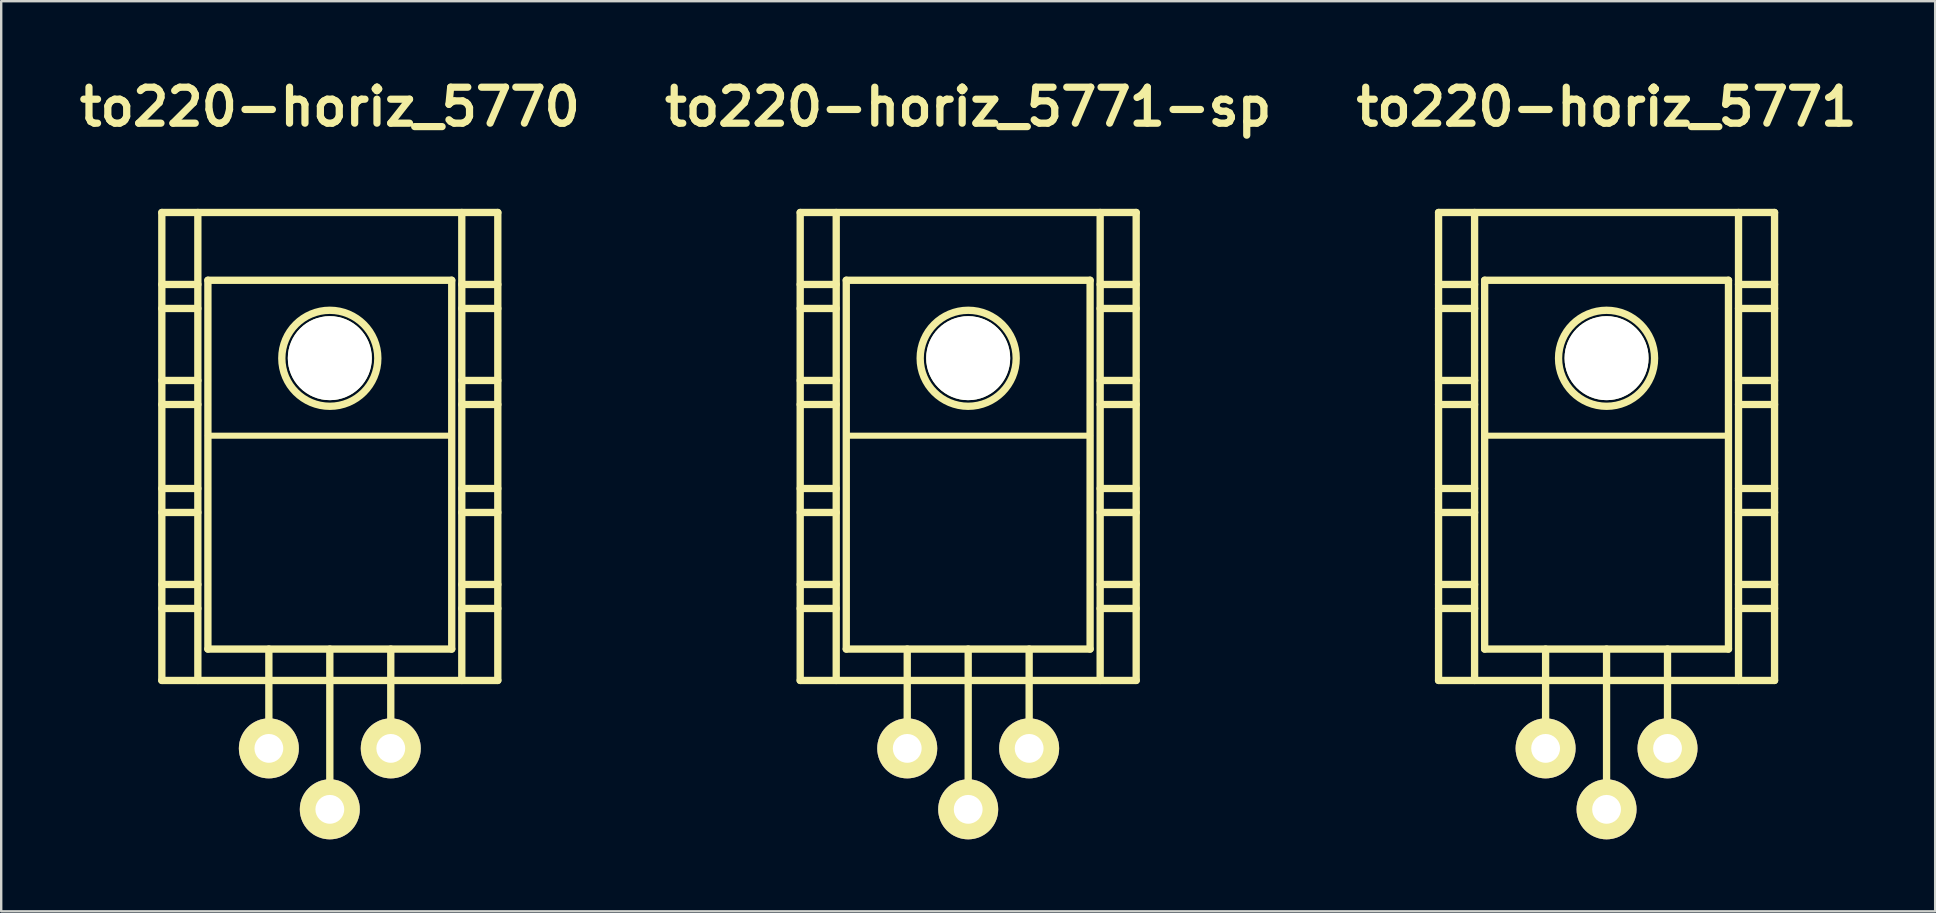
<source format=kicad_pcb>
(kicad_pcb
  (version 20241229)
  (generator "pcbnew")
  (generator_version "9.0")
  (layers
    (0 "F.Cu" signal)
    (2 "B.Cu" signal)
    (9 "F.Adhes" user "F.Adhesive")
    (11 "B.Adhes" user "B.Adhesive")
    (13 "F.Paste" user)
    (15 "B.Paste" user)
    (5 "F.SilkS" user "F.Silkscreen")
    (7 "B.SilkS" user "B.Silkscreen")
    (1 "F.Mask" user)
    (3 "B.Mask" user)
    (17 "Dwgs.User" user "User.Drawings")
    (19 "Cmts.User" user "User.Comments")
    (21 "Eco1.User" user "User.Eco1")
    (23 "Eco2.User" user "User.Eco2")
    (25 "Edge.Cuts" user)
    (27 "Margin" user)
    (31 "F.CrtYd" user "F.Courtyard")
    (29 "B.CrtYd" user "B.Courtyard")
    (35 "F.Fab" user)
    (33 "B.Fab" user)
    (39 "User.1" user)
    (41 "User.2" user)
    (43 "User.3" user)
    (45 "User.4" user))
  (footprint "to220-horiz_5770"
    (layer "F.Cu")
    (at 10.693 19.804)
    (property "Reference" "to220-horiz_5770" (at 0 -18.4 0) (layer "F.SilkS") (effects (font (size 1.5 1.5) (thickness 0.3))))
    (attr through_hole)
    (fp_line (start -7 -14) (end -7 5.499) (stroke (width 0.305) (type solid)) (layer "F.SilkS"))
    (fp_line (start -7 -11.001) (end -5.499 -11.001) (stroke (width 0.305) (type solid)) (layer "F.SilkS"))
    (fp_line (start -7 -10) (end -5.499 -10) (stroke (width 0.305) (type solid)) (layer "F.SilkS"))
    (fp_line (start -7 -7) (end -5.499 -7) (stroke (width 0.305) (type solid)) (layer "F.SilkS"))
    (fp_line (start -7 -5.999) (end -5.499 -5.999) (stroke (width 0.305) (type solid)) (layer "F.SilkS"))
    (fp_line (start -7 -2.499) (end -5.499 -2.499) (stroke (width 0.305) (type solid)) (layer "F.SilkS"))
    (fp_line (start -7 -1.501) (end -5.499 -1.501) (stroke (width 0.305) (type solid)) (layer "F.SilkS"))
    (fp_line (start -7 1.501) (end -5.499 1.501) (stroke (width 0.305) (type solid)) (layer "F.SilkS"))
    (fp_line (start -7 2.499) (end -5.499 2.499) (stroke (width 0.305) (type solid)) (layer "F.SilkS"))
    (fp_line (start -7 5.499) (end 7 5.499) (stroke (width 0.305) (type solid)) (layer "F.SilkS"))
    (fp_line (start -5.499 5.499) (end -5.499 -14) (stroke (width 0.305) (type solid)) (layer "F.SilkS"))
    (fp_line (start -5.08 -11.176) (end -5.08 4.191) (stroke (width 0.305) (type solid)) (layer "F.SilkS"))
    (fp_line (start -5.08 4.191) (end 5.08 4.191) (stroke (width 0.305) (type solid)) (layer "F.SilkS"))
    (fp_line (start -2.54 8.382) (end -2.54 4.191) (stroke (width 0.305) (type solid)) (layer "F.SilkS"))
    (fp_line (start 0 4.191) (end 0 10.922) (stroke (width 0.305) (type solid)) (layer "F.SilkS"))
    (fp_line (start 2.54 8.382) (end 2.54 4.191) (stroke (width 0.305) (type solid)) (layer "F.SilkS"))
    (fp_line (start 5.08 -11.176) (end -5.08 -11.176) (stroke (width 0.305) (type solid)) (layer "F.SilkS"))
    (fp_line (start 5.08 -4.699) (end -5.08 -4.699) (stroke (width 0.254) (type solid)) (layer "F.SilkS"))
    (fp_line (start 5.08 4.191) (end 5.08 -11.176) (stroke (width 0.305) (type solid)) (layer "F.SilkS"))
    (fp_line (start 5.499 -14) (end 5.499 5.499) (stroke (width 0.305) (type solid)) (layer "F.SilkS"))
    (fp_line (start 5.499 -11.001) (end 7 -11.001) (stroke (width 0.305) (type solid)) (layer "F.SilkS"))
    (fp_line (start 5.499 -10) (end 7 -10) (stroke (width 0.305) (type solid)) (layer "F.SilkS"))
    (fp_line (start 5.499 -7) (end 7 -7) (stroke (width 0.305) (type solid)) (layer "F.SilkS"))
    (fp_line (start 5.499 -5.999) (end 7 -5.999) (stroke (width 0.305) (type solid)) (layer "F.SilkS"))
    (fp_line (start 5.499 -2.499) (end 7 -2.499) (stroke (width 0.305) (type solid)) (layer "F.SilkS"))
    (fp_line (start 5.499 -1.501) (end 7 -1.501) (stroke (width 0.305) (type solid)) (layer "F.SilkS"))
    (fp_line (start 5.499 1.501) (end 7 1.501) (stroke (width 0.305) (type solid)) (layer "F.SilkS"))
    (fp_line (start 5.499 2.499) (end 7 2.499) (stroke (width 0.305) (type solid)) (layer "F.SilkS"))
    (fp_line (start 7 -14) (end -7 -14) (stroke (width 0.305) (type solid)) (layer "F.SilkS"))
    (fp_line (start 7 5.499) (end 7 -14) (stroke (width 0.305) (type solid)) (layer "F.SilkS"))
    (fp_circle (center 0 -7.925) (end -1.999 -8.001) (stroke (width 0.305) (type solid)) (fill no) (layer "F.SilkS"))
    (pad "" np_thru_hole circle (at 0 -7.93) (size 3.5 3.5) (drill 3.5) (layers "*.Cu" "*.Mask" "F.SilkS"))
    (pad "1" thru_hole circle (at 2.54 8.33) (size 2.5 2.5) (drill 1.2) (layers "*.Cu" "*.Mask" "F.SilkS"))
    (pad "2" thru_hole circle (at 0 10.87) (size 2.5 2.5) (drill 1.2) (layers "*.Cu" "*.Mask" "F.SilkS"))
    (pad "3" thru_hole circle (at -2.54 8.33) (size 2.5 2.5) (drill 1.2) (layers "*.Cu" "*.Mask" "F.SilkS")))
  (footprint "to220-horiz_5771-sp"
    (layer "F.Cu")
    (at 37.293 19.804)
    (property "Reference" "to220-horiz_5771-sp" (at 0 -18.4 0) (layer "F.SilkS") (effects (font (size 1.5 1.5) (thickness 0.3))))
    (attr through_hole)
    (fp_line (start -7 -14) (end -7 5.499) (stroke (width 0.305) (type solid)) (layer "F.SilkS"))
    (fp_line (start -7 -11.001) (end -5.499 -11.001) (stroke (width 0.305) (type solid)) (layer "F.SilkS"))
    (fp_line (start -7 -10) (end -5.499 -10) (stroke (width 0.305) (type solid)) (layer "F.SilkS"))
    (fp_line (start -7 -7) (end -5.499 -7) (stroke (width 0.305) (type solid)) (layer "F.SilkS"))
    (fp_line (start -7 -5.999) (end -5.499 -5.999) (stroke (width 0.305) (type solid)) (layer "F.SilkS"))
    (fp_line (start -7 -2.499) (end -5.499 -2.499) (stroke (width 0.305) (type solid)) (layer "F.SilkS"))
    (fp_line (start -7 -1.501) (end -5.499 -1.501) (stroke (width 0.305) (type solid)) (layer "F.SilkS"))
    (fp_line (start -7 1.501) (end -5.499 1.501) (stroke (width 0.305) (type solid)) (layer "F.SilkS"))
    (fp_line (start -7 2.499) (end -5.499 2.499) (stroke (width 0.305) (type solid)) (layer "F.SilkS"))
    (fp_line (start -7 5.499) (end 7 5.499) (stroke (width 0.305) (type solid)) (layer "F.SilkS"))
    (fp_line (start -5.499 5.499) (end -5.499 -14) (stroke (width 0.305) (type solid)) (layer "F.SilkS"))
    (fp_line (start -5.08 -11.176) (end -5.08 4.191) (stroke (width 0.305) (type solid)) (layer "F.SilkS"))
    (fp_line (start -5.08 4.191) (end 5.08 4.191) (stroke (width 0.305) (type solid)) (layer "F.SilkS"))
    (fp_line (start -2.54 8.382) (end -2.54 4.191) (stroke (width 0.305) (type solid)) (layer "F.SilkS"))
    (fp_line (start 0 4.191) (end 0 10.922) (stroke (width 0.305) (type solid)) (layer "F.SilkS"))
    (fp_line (start 2.54 8.382) (end 2.54 4.191) (stroke (width 0.305) (type solid)) (layer "F.SilkS"))
    (fp_line (start 5.08 -11.176) (end -5.08 -11.176) (stroke (width 0.305) (type solid)) (layer "F.SilkS"))
    (fp_line (start 5.08 -4.699) (end -5.08 -4.699) (stroke (width 0.254) (type solid)) (layer "F.SilkS"))
    (fp_line (start 5.08 4.191) (end 5.08 -11.176) (stroke (width 0.305) (type solid)) (layer "F.SilkS"))
    (fp_line (start 5.499 -14) (end 5.499 5.499) (stroke (width 0.305) (type solid)) (layer "F.SilkS"))
    (fp_line (start 5.499 -11.001) (end 7 -11.001) (stroke (width 0.305) (type solid)) (layer "F.SilkS"))
    (fp_line (start 5.499 -10) (end 7 -10) (stroke (width 0.305) (type solid)) (layer "F.SilkS"))
    (fp_line (start 5.499 -7) (end 7 -7) (stroke (width 0.305) (type solid)) (layer "F.SilkS"))
    (fp_line (start 5.499 -5.999) (end 7 -5.999) (stroke (width 0.305) (type solid)) (layer "F.SilkS"))
    (fp_line (start 5.499 -2.499) (end 7 -2.499) (stroke (width 0.305) (type solid)) (layer "F.SilkS"))
    (fp_line (start 5.499 -1.501) (end 7 -1.501) (stroke (width 0.305) (type solid)) (layer "F.SilkS"))
    (fp_line (start 5.499 1.501) (end 7 1.501) (stroke (width 0.305) (type solid)) (layer "F.SilkS"))
    (fp_line (start 5.499 2.499) (end 7 2.499) (stroke (width 0.305) (type solid)) (layer "F.SilkS"))
    (fp_line (start 7 -14) (end -7 -14) (stroke (width 0.305) (type solid)) (layer "F.SilkS"))
    (fp_line (start 7 5.499) (end 7 -14) (stroke (width 0.305) (type solid)) (layer "F.SilkS"))
    (fp_circle (center 0 -7.925) (end -1.999 -8.001) (stroke (width 0.305) (type solid)) (fill no) (layer "F.SilkS"))
    (pad "" np_thru_hole circle (at 0 -7.93) (size 3.5 3.5) (drill 3.5) (layers "*.Cu" "*.Mask" "F.SilkS"))
    (pad "1" thru_hole circle (at -2.54 8.33) (size 2.5 2.5) (drill 1.2) (layers "*.Cu" "*.Mask" "F.SilkS"))
    (pad "2" thru_hole circle (at 0 10.87) (size 2.5 2.5) (drill 1.2) (layers "*.Cu" "*.Mask" "F.SilkS"))
    (pad "3" thru_hole circle (at 2.54 8.33) (size 2.5 2.5) (drill 1.2) (layers "*.Cu" "*.Mask" "F.SilkS")))
  (footprint "to220-horiz_5771"
    (layer "F.Cu")
    (at 63.893 19.804)
    (property "Reference" "to220-horiz_5771" (at 0 -18.4 0) (layer "F.SilkS") (effects (font (size 1.5 1.5) (thickness 0.3))))
    (attr through_hole)
    (fp_line (start -7 -14) (end -7 5.499) (stroke (width 0.305) (type solid)) (layer "F.SilkS"))
    (fp_line (start -7 -11.001) (end -5.499 -11.001) (stroke (width 0.305) (type solid)) (layer "F.SilkS"))
    (fp_line (start -7 -10) (end -5.499 -10) (stroke (width 0.305) (type solid)) (layer "F.SilkS"))
    (fp_line (start -7 -7) (end -5.499 -7) (stroke (width 0.305) (type solid)) (layer "F.SilkS"))
    (fp_line (start -7 -5.999) (end -5.499 -5.999) (stroke (width 0.305) (type solid)) (layer "F.SilkS"))
    (fp_line (start -7 -2.499) (end -5.499 -2.499) (stroke (width 0.305) (type solid)) (layer "F.SilkS"))
    (fp_line (start -7 -1.501) (end -5.499 -1.501) (stroke (width 0.305) (type solid)) (layer "F.SilkS"))
    (fp_line (start -7 1.501) (end -5.499 1.501) (stroke (width 0.305) (type solid)) (layer "F.SilkS"))
    (fp_line (start -7 2.499) (end -5.499 2.499) (stroke (width 0.305) (type solid)) (layer "F.SilkS"))
    (fp_line (start -7 5.499) (end 7 5.499) (stroke (width 0.305) (type solid)) (layer "F.SilkS"))
    (fp_line (start -5.499 5.499) (end -5.499 -14) (stroke (width 0.305) (type solid)) (layer "F.SilkS"))
    (fp_line (start -5.08 -11.176) (end -5.08 4.191) (stroke (width 0.305) (type solid)) (layer "F.SilkS"))
    (fp_line (start -5.08 4.191) (end 5.08 4.191) (stroke (width 0.305) (type solid)) (layer "F.SilkS"))
    (fp_line (start -2.54 8.382) (end -2.54 4.191) (stroke (width 0.305) (type solid)) (layer "F.SilkS"))
    (fp_line (start 0 4.191) (end 0 10.922) (stroke (width 0.305) (type solid)) (layer "F.SilkS"))
    (fp_line (start 2.54 8.382) (end 2.54 4.191) (stroke (width 0.305) (type solid)) (layer "F.SilkS"))
    (fp_line (start 5.08 -11.176) (end -5.08 -11.176) (stroke (width 0.305) (type solid)) (layer "F.SilkS"))
    (fp_line (start 5.08 -4.699) (end -5.08 -4.699) (stroke (width 0.254) (type solid)) (layer "F.SilkS"))
    (fp_line (start 5.08 4.191) (end 5.08 -11.176) (stroke (width 0.305) (type solid)) (layer "F.SilkS"))
    (fp_line (start 5.499 -14) (end 5.499 5.499) (stroke (width 0.305) (type solid)) (layer "F.SilkS"))
    (fp_line (start 5.499 -11.001) (end 7 -11.001) (stroke (width 0.305) (type solid)) (layer "F.SilkS"))
    (fp_line (start 5.499 -10) (end 7 -10) (stroke (width 0.305) (type solid)) (layer "F.SilkS"))
    (fp_line (start 5.499 -7) (end 7 -7) (stroke (width 0.305) (type solid)) (layer "F.SilkS"))
    (fp_line (start 5.499 -5.999) (end 7 -5.999) (stroke (width 0.305) (type solid)) (layer "F.SilkS"))
    (fp_line (start 5.499 -2.499) (end 7 -2.499) (stroke (width 0.305) (type solid)) (layer "F.SilkS"))
    (fp_line (start 5.499 -1.501) (end 7 -1.501) (stroke (width 0.305) (type solid)) (layer "F.SilkS"))
    (fp_line (start 5.499 1.501) (end 7 1.501) (stroke (width 0.305) (type solid)) (layer "F.SilkS"))
    (fp_line (start 5.499 2.499) (end 7 2.499) (stroke (width 0.305) (type solid)) (layer "F.SilkS"))
    (fp_line (start 7 -14) (end -7 -14) (stroke (width 0.305) (type solid)) (layer "F.SilkS"))
    (fp_line (start 7 5.499) (end 7 -14) (stroke (width 0.305) (type solid)) (layer "F.SilkS"))
    (fp_circle (center 0 -7.925) (end -1.999 -8.001) (stroke (width 0.305) (type solid)) (fill no) (layer "F.SilkS"))
    (pad "" np_thru_hole circle (at 0 -7.93) (size 3.5 3.5) (drill 3.5) (layers "*.Cu" "*.Mask" "F.SilkS"))
    (pad "1" thru_hole circle (at 2.54 8.33) (size 2.5 2.5) (drill 1.2) (layers "*.Cu" "*.Mask" "F.SilkS"))
    (pad "2" thru_hole circle (at 0 10.87) (size 2.5 2.5) (drill 1.2) (layers "*.Cu" "*.Mask" "F.SilkS"))
    (pad "3" thru_hole circle (at -2.54 8.33) (size 2.5 2.5) (drill 1.2) (layers "*.Cu" "*.Mask" "F.SilkS")))
  (gr_rect
    (start -3 -3)
    (end 77.586 34.924)
    (stroke (width 0.1) (type default))
    (fill no)
    (layer "Edge.Cuts")))
</source>
